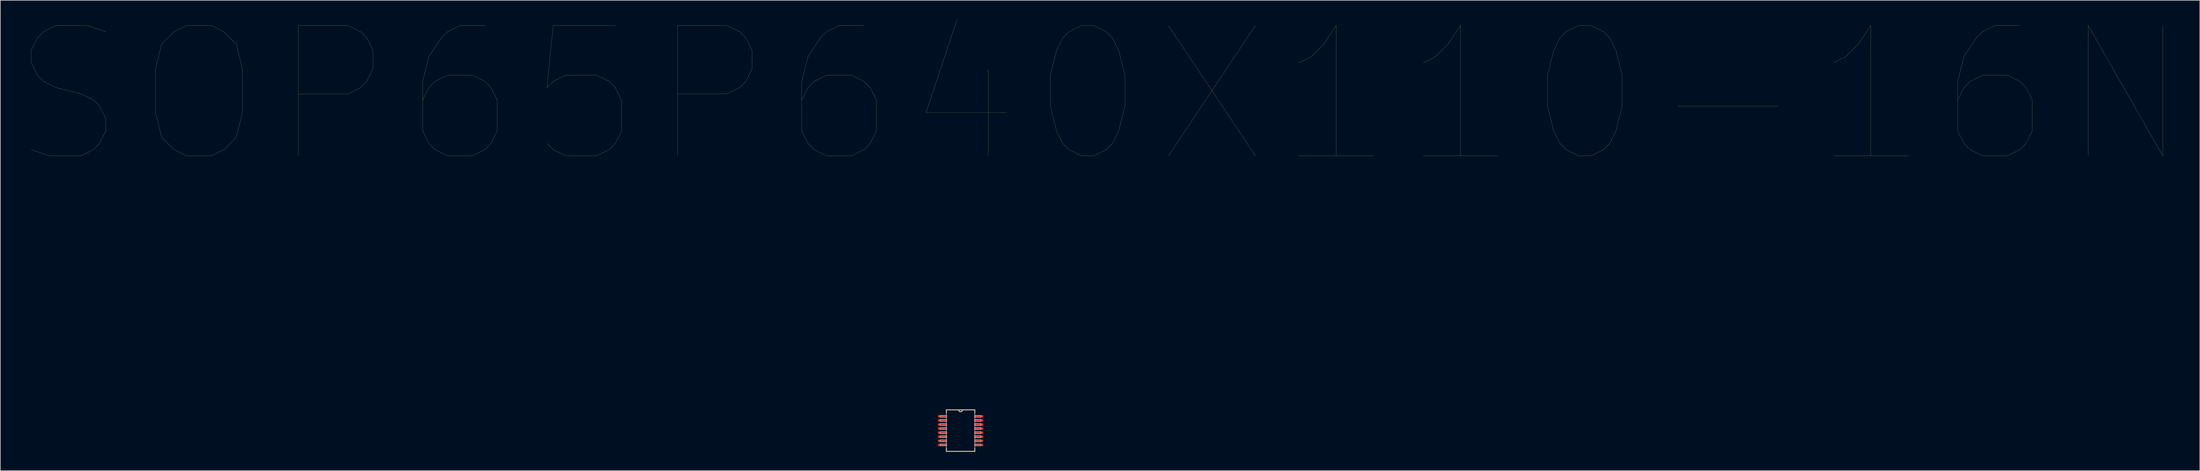
<source format=kicad_pcb>
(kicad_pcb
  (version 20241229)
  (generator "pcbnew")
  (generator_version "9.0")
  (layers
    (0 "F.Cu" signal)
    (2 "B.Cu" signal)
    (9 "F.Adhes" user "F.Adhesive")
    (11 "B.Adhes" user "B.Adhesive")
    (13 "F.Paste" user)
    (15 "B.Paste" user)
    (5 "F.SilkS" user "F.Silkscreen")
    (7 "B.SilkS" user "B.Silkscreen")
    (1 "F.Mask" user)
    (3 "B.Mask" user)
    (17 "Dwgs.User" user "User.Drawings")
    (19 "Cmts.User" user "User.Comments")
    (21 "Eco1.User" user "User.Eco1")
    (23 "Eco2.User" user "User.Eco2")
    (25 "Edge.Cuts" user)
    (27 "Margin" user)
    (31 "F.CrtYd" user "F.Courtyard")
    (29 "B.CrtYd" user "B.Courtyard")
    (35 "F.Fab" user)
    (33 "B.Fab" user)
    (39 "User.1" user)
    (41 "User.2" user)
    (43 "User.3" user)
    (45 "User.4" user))
  (footprint "SOP65P640X110-16N"
    (layer "F.Cu")
    (at 149.699 65.518)
    (property "Reference" "SOP65P640X110-16N" (at 22.18 -53.351 0) (layer "F.SilkS") (effects (font (size 20.753 20.753) (thickness 0.015))))
    (attr through_hole)
    (fp_line (start -2.261 -3.302) (end -2.261 -2.794) (stroke (width 0.152) (type solid)) (layer "F.SilkS"))
    (fp_line (start -2.261 2.794) (end -2.261 3.302) (stroke (width 0.152) (type solid)) (layer "F.SilkS"))
    (fp_line (start -2.261 3.302) (end 2.261 3.302) (stroke (width 0.152) (type solid)) (layer "F.SilkS"))
    (fp_line (start -0.305 -3.302) (end -2.261 -3.302) (stroke (width 0.152) (type solid)) (layer "F.SilkS"))
    (fp_line (start 0.305 -3.302) (end -0.305 -3.302) (stroke (width 0.152) (type solid)) (layer "F.SilkS"))
    (fp_line (start 2.261 -3.302) (end 0.305 -3.302) (stroke (width 0.152) (type solid)) (layer "F.SilkS"))
    (fp_line (start 2.261 -2.794) (end 2.261 -3.302) (stroke (width 0.152) (type solid)) (layer "F.SilkS"))
    (fp_line (start 2.261 3.302) (end 2.261 2.794) (stroke (width 0.152) (type solid)) (layer "F.SilkS"))
    (fp_arc (start 0.3048 -3.302) (mid 0 -2.9972) (end -0.3048 -3.302) (stroke (width 0.1524) (type solid)) (layer "F.SilkS"))
    (fp_line (start -3.251 -2.413) (end -3.251 -2.134) (stroke (width 0.1) (type solid)) (layer "F.Fab"))
    (fp_line (start -3.251 -2.134) (end -2.261 -2.134) (stroke (width 0.1) (type solid)) (layer "F.Fab"))
    (fp_line (start -3.251 -1.778) (end -3.251 -1.473) (stroke (width 0.1) (type solid)) (layer "F.Fab"))
    (fp_line (start -3.251 -1.473) (end -2.261 -1.473) (stroke (width 0.1) (type solid)) (layer "F.Fab"))
    (fp_line (start -3.251 -1.118) (end -3.251 -0.813) (stroke (width 0.1) (type solid)) (layer "F.Fab"))
    (fp_line (start -3.251 -0.813) (end -2.261 -0.813) (stroke (width 0.1) (type solid)) (layer "F.Fab"))
    (fp_line (start -3.251 -0.483) (end -3.251 -0.178) (stroke (width 0.1) (type solid)) (layer "F.Fab"))
    (fp_line (start -3.251 -0.178) (end -2.261 -0.178) (stroke (width 0.1) (type solid)) (layer "F.Fab"))
    (fp_line (start -3.251 0.178) (end -3.251 0.483) (stroke (width 0.1) (type solid)) (layer "F.Fab"))
    (fp_line (start -3.251 0.483) (end -2.261 0.483) (stroke (width 0.1) (type solid)) (layer "F.Fab"))
    (fp_line (start -3.251 0.813) (end -3.251 1.118) (stroke (width 0.1) (type solid)) (layer "F.Fab"))
    (fp_line (start -3.251 1.118) (end -2.261 1.118) (stroke (width 0.1) (type solid)) (layer "F.Fab"))
    (fp_line (start -3.251 1.473) (end -3.251 1.778) (stroke (width 0.1) (type solid)) (layer "F.Fab"))
    (fp_line (start -3.251 1.778) (end -2.261 1.778) (stroke (width 0.1) (type solid)) (layer "F.Fab"))
    (fp_line (start -3.251 2.134) (end -3.251 2.413) (stroke (width 0.1) (type solid)) (layer "F.Fab"))
    (fp_line (start -3.251 2.413) (end -2.261 2.413) (stroke (width 0.1) (type solid)) (layer "F.Fab"))
    (fp_line (start -2.261 -3.302) (end -2.261 3.302) (stroke (width 0.1) (type solid)) (layer "F.Fab"))
    (fp_line (start -2.261 -2.413) (end -3.251 -2.413) (stroke (width 0.1) (type solid)) (layer "F.Fab"))
    (fp_line (start -2.261 -2.134) (end -2.261 -2.413) (stroke (width 0.1) (type solid)) (layer "F.Fab"))
    (fp_line (start -2.261 -1.778) (end -3.251 -1.778) (stroke (width 0.1) (type solid)) (layer "F.Fab"))
    (fp_line (start -2.261 -1.473) (end -2.261 -1.778) (stroke (width 0.1) (type solid)) (layer "F.Fab"))
    (fp_line (start -2.261 -1.118) (end -3.251 -1.118) (stroke (width 0.1) (type solid)) (layer "F.Fab"))
    (fp_line (start -2.261 -0.813) (end -2.261 -1.118) (stroke (width 0.1) (type solid)) (layer "F.Fab"))
    (fp_line (start -2.261 -0.483) (end -3.251 -0.483) (stroke (width 0.1) (type solid)) (layer "F.Fab"))
    (fp_line (start -2.261 -0.178) (end -2.261 -0.483) (stroke (width 0.1) (type solid)) (layer "F.Fab"))
    (fp_line (start -2.261 0.178) (end -3.251 0.178) (stroke (width 0.1) (type solid)) (layer "F.Fab"))
    (fp_line (start -2.261 0.483) (end -2.261 0.178) (stroke (width 0.1) (type solid)) (layer "F.Fab"))
    (fp_line (start -2.261 0.813) (end -3.251 0.813) (stroke (width 0.1) (type solid)) (layer "F.Fab"))
    (fp_line (start -2.261 1.118) (end -2.261 0.813) (stroke (width 0.1) (type solid)) (layer "F.Fab"))
    (fp_line (start -2.261 1.473) (end -3.251 1.473) (stroke (width 0.1) (type solid)) (layer "F.Fab"))
    (fp_line (start -2.261 1.778) (end -2.261 1.473) (stroke (width 0.1) (type solid)) (layer "F.Fab"))
    (fp_line (start -2.261 2.134) (end -3.251 2.134) (stroke (width 0.1) (type solid)) (layer "F.Fab"))
    (fp_line (start -2.261 2.413) (end -2.261 2.134) (stroke (width 0.1) (type solid)) (layer "F.Fab"))
    (fp_line (start -2.261 3.302) (end 2.261 3.302) (stroke (width 0.1) (type solid)) (layer "F.Fab"))
    (fp_line (start -0.305 -3.302) (end -2.261 -3.302) (stroke (width 0.1) (type solid)) (layer "F.Fab"))
    (fp_line (start 0.305 -3.302) (end -0.305 -3.302) (stroke (width 0.1) (type solid)) (layer "F.Fab"))
    (fp_line (start 2.261 -3.302) (end 0.305 -3.302) (stroke (width 0.1) (type solid)) (layer "F.Fab"))
    (fp_line (start 2.261 -2.413) (end 2.261 -2.134) (stroke (width 0.1) (type solid)) (layer "F.Fab"))
    (fp_line (start 2.261 -2.134) (end 3.251 -2.134) (stroke (width 0.1) (type solid)) (layer "F.Fab"))
    (fp_line (start 2.261 -1.778) (end 2.261 -1.473) (stroke (width 0.1) (type solid)) (layer "F.Fab"))
    (fp_line (start 2.261 -1.473) (end 3.251 -1.473) (stroke (width 0.1) (type solid)) (layer "F.Fab"))
    (fp_line (start 2.261 -1.118) (end 2.261 -0.813) (stroke (width 0.1) (type solid)) (layer "F.Fab"))
    (fp_line (start 2.261 -0.813) (end 3.251 -0.813) (stroke (width 0.1) (type solid)) (layer "F.Fab"))
    (fp_line (start 2.261 -0.483) (end 2.261 -0.178) (stroke (width 0.1) (type solid)) (layer "F.Fab"))
    (fp_line (start 2.261 -0.178) (end 3.251 -0.178) (stroke (width 0.1) (type solid)) (layer "F.Fab"))
    (fp_line (start 2.261 0.178) (end 2.261 0.483) (stroke (width 0.1) (type solid)) (layer "F.Fab"))
    (fp_line (start 2.261 0.483) (end 3.251 0.483) (stroke (width 0.1) (type solid)) (layer "F.Fab"))
    (fp_line (start 2.261 0.813) (end 2.261 1.118) (stroke (width 0.1) (type solid)) (layer "F.Fab"))
    (fp_line (start 2.261 1.118) (end 3.251 1.118) (stroke (width 0.1) (type solid)) (layer "F.Fab"))
    (fp_line (start 2.261 1.473) (end 2.261 1.778) (stroke (width 0.1) (type solid)) (layer "F.Fab"))
    (fp_line (start 2.261 1.778) (end 3.251 1.778) (stroke (width 0.1) (type solid)) (layer "F.Fab"))
    (fp_line (start 2.261 2.134) (end 2.261 2.413) (stroke (width 0.1) (type solid)) (layer "F.Fab"))
    (fp_line (start 2.261 2.413) (end 3.251 2.413) (stroke (width 0.1) (type solid)) (layer "F.Fab"))
    (fp_line (start 2.261 3.302) (end 2.261 -3.302) (stroke (width 0.1) (type solid)) (layer "F.Fab"))
    (fp_line (start 3.251 -2.413) (end 2.261 -2.413) (stroke (width 0.1) (type solid)) (layer "F.Fab"))
    (fp_line (start 3.251 -2.134) (end 3.251 -2.413) (stroke (width 0.1) (type solid)) (layer "F.Fab"))
    (fp_line (start 3.251 -1.778) (end 2.261 -1.778) (stroke (width 0.1) (type solid)) (layer "F.Fab"))
    (fp_line (start 3.251 -1.473) (end 3.251 -1.778) (stroke (width 0.1) (type solid)) (layer "F.Fab"))
    (fp_line (start 3.251 -1.118) (end 2.261 -1.118) (stroke (width 0.1) (type solid)) (layer "F.Fab"))
    (fp_line (start 3.251 -0.813) (end 3.251 -1.118) (stroke (width 0.1) (type solid)) (layer "F.Fab"))
    (fp_line (start 3.251 -0.483) (end 2.261 -0.483) (stroke (width 0.1) (type solid)) (layer "F.Fab"))
    (fp_line (start 3.251 -0.178) (end 3.251 -0.483) (stroke (width 0.1) (type solid)) (layer "F.Fab"))
    (fp_line (start 3.251 0.178) (end 2.261 0.178) (stroke (width 0.1) (type solid)) (layer "F.Fab"))
    (fp_line (start 3.251 0.483) (end 3.251 0.178) (stroke (width 0.1) (type solid)) (layer "F.Fab"))
    (fp_line (start 3.251 0.813) (end 2.261 0.813) (stroke (width 0.1) (type solid)) (layer "F.Fab"))
    (fp_line (start 3.251 1.118) (end 3.251 0.813) (stroke (width 0.1) (type solid)) (layer "F.Fab"))
    (fp_line (start 3.251 1.473) (end 2.261 1.473) (stroke (width 0.1) (type solid)) (layer "F.Fab"))
    (fp_line (start 3.251 1.778) (end 3.251 1.473) (stroke (width 0.1) (type solid)) (layer "F.Fab"))
    (fp_line (start 3.251 2.134) (end 2.261 2.134) (stroke (width 0.1) (type solid)) (layer "F.Fab"))
    (fp_line (start 3.251 2.413) (end 3.251 2.134) (stroke (width 0.1) (type solid)) (layer "F.Fab"))
    (fp_arc (start 0.3048 -3.302) (mid 0 -2.9972) (end -0.3048 -3.302) (stroke (width 0.1) (type solid)) (layer "F.Fab"))
    (pad "1" smd rect (at -2.87 -2.286) (size 1.473 0.356) (layers "F.Cu" "F.Mask" "F.Paste"))
    (pad "2" smd rect (at -2.87 -1.626) (size 1.473 0.356) (layers "F.Cu" "F.Mask" "F.Paste"))
    (pad "3" smd rect (at -2.87 -0.965) (size 1.473 0.356) (layers "F.Cu" "F.Mask" "F.Paste"))
    (pad "4" smd rect (at -2.87 -0.33) (size 1.473 0.356) (layers "F.Cu" "F.Mask" "F.Paste"))
    (pad "5" smd rect (at -2.87 0.33) (size 1.473 0.356) (layers "F.Cu" "F.Mask" "F.Paste"))
    (pad "6" smd rect (at -2.87 0.965) (size 1.473 0.356) (layers "F.Cu" "F.Mask" "F.Paste"))
    (pad "7" smd rect (at -2.87 1.626) (size 1.473 0.356) (layers "F.Cu" "F.Mask" "F.Paste"))
    (pad "8" smd rect (at -2.87 2.286) (size 1.473 0.356) (layers "F.Cu" "F.Mask" "F.Paste"))
    (pad "9" smd rect (at 2.87 2.286) (size 1.473 0.356) (layers "F.Cu" "F.Mask" "F.Paste"))
    (pad "10" smd rect (at 2.87 1.626) (size 1.473 0.356) (layers "F.Cu" "F.Mask" "F.Paste"))
    (pad "11" smd rect (at 2.87 0.965) (size 1.473 0.356) (layers "F.Cu" "F.Mask" "F.Paste"))
    (pad "12" smd rect (at 2.87 0.33) (size 1.473 0.356) (layers "F.Cu" "F.Mask" "F.Paste"))
    (pad "13" smd rect (at 2.87 -0.33) (size 1.473 0.356) (layers "F.Cu" "F.Mask" "F.Paste"))
    (pad "14" smd rect (at 2.87 -0.965) (size 1.473 0.356) (layers "F.Cu" "F.Mask" "F.Paste"))
    (pad "15" smd rect (at 2.87 -1.626) (size 1.473 0.356) (layers "F.Cu" "F.Mask" "F.Paste"))
    (pad "16" smd rect (at 2.87 -2.286) (size 1.473 0.356) (layers "F.Cu" "F.Mask" "F.Paste")))
  (gr_rect
    (start -3 -3)
    (end 346.758 71.896)
    (stroke (width 0.1) (type default))
    (fill no)
    (layer "Edge.Cuts")))
</source>
